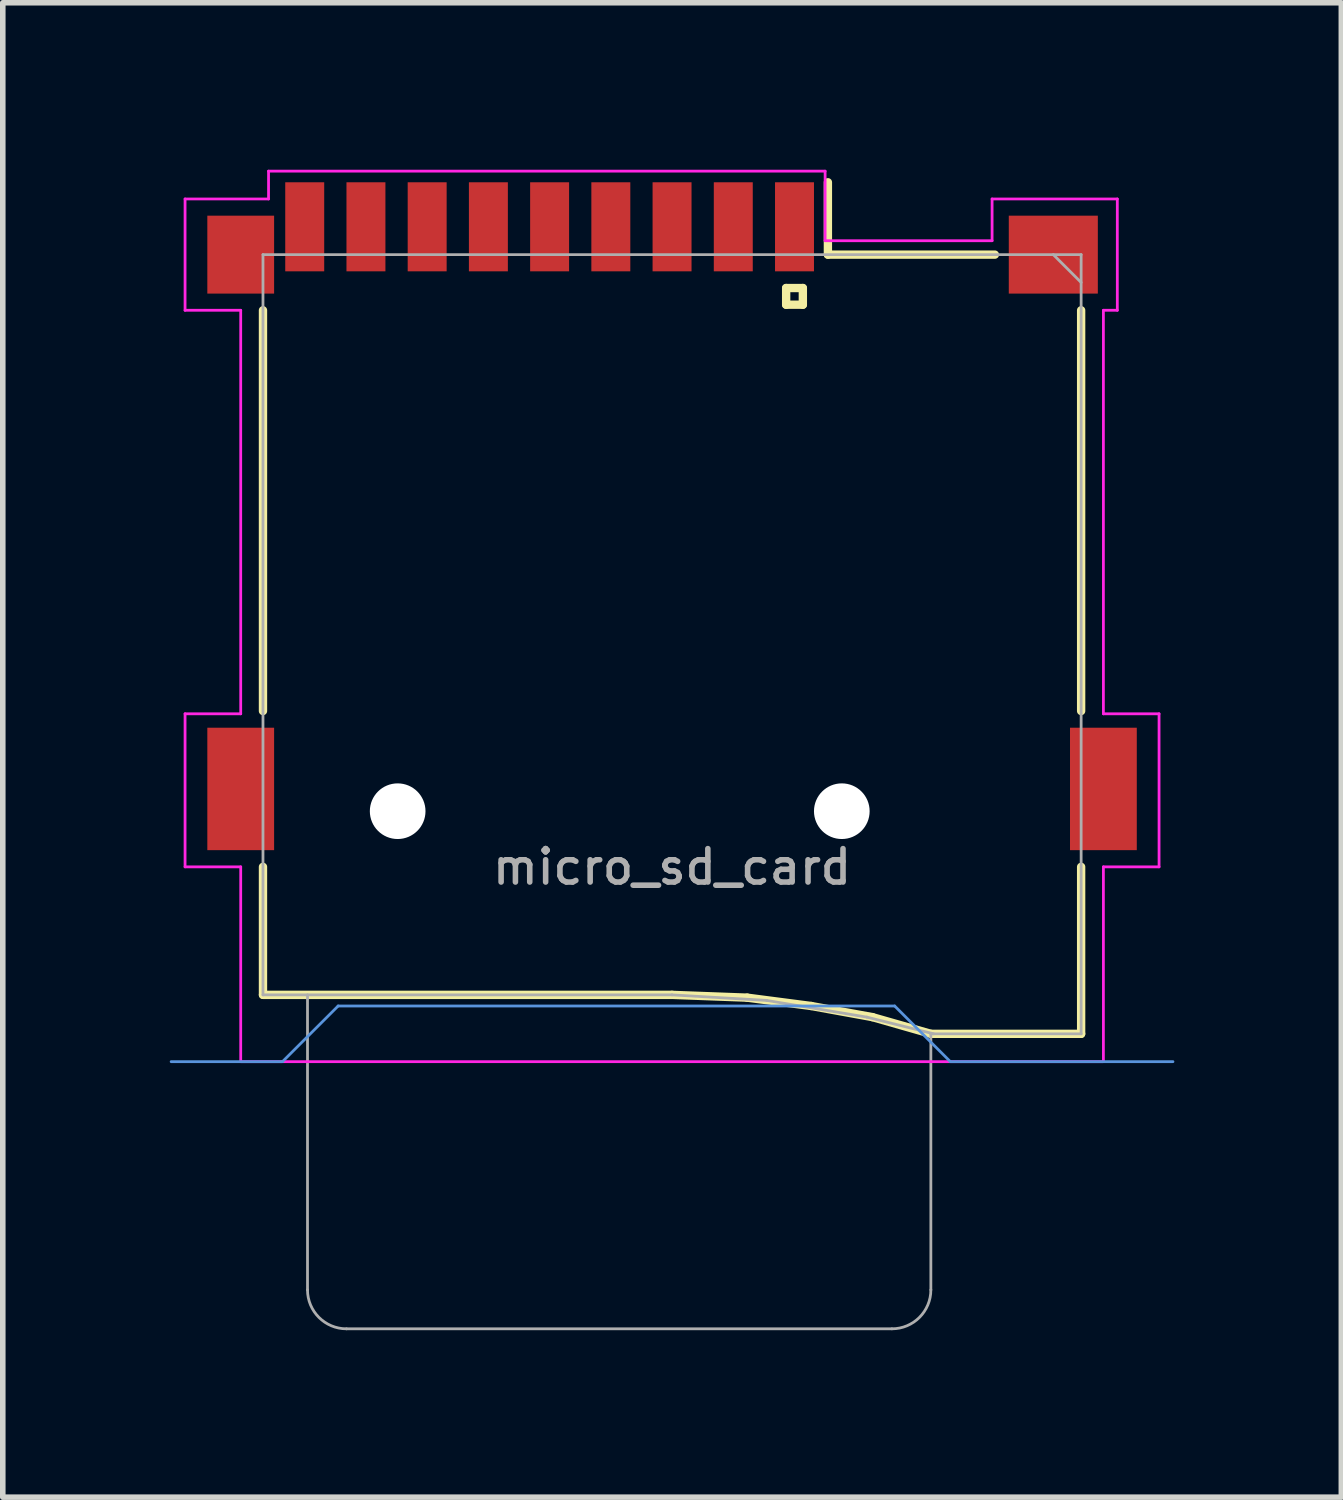
<source format=kicad_pcb>
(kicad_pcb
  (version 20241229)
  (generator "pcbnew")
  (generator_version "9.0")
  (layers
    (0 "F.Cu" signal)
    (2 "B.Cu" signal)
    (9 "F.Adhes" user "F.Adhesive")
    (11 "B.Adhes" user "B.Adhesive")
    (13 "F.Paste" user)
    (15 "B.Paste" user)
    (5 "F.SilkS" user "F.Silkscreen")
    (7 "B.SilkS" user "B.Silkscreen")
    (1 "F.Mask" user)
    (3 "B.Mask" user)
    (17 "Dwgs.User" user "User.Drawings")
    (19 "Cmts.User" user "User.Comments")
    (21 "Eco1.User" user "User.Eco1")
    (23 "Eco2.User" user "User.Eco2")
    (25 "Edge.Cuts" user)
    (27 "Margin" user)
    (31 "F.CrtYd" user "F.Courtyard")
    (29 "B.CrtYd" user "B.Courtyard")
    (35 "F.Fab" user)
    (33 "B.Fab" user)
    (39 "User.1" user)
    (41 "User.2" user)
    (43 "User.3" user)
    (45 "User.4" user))
  (footprint "micro_sd_card"
    (layer "F.Cu")
    (at 9.025 11.525)
    (property "Reference" "micro_sd_card" (at 0 1 180) (layer "F.Fab") (effects (font (size 0.6 0.6) (thickness 0.1))))
    (attr through_hole)
    (fp_line (start -7.35 -1.8) (end -7.35 -9) (stroke (width 0.15) (type solid)) (layer "F.SilkS"))
    (fp_line (start -7.35 1) (end -7.35 3.3) (stroke (width 0.15) (type solid)) (layer "F.SilkS"))
    (fp_line (start -7.35 3.3) (end 0 3.3) (stroke (width 0.15) (type solid)) (layer "F.SilkS"))
    (fp_line (start 0 3.3) (end 1.35 3.35) (stroke (width 0.15) (type solid)) (layer "F.SilkS"))
    (fp_line (start 1.35 3.35) (end 2.5 3.5) (stroke (width 0.15) (type solid)) (layer "F.SilkS"))
    (fp_line (start 2.05 -9.4) (end 2.05 -9.1) (stroke (width 0.15) (type solid)) (layer "F.SilkS"))
    (fp_line (start 2.05 -9.1) (end 2.35 -9.1) (stroke (width 0.15) (type solid)) (layer "F.SilkS"))
    (fp_line (start 2.35 -9.4) (end 2.05 -9.4) (stroke (width 0.15) (type solid)) (layer "F.SilkS"))
    (fp_line (start 2.35 -9.1) (end 2.35 -9.4) (stroke (width 0.15) (type solid)) (layer "F.SilkS"))
    (fp_line (start 2.5 3.5) (end 3.6 3.7) (stroke (width 0.15) (type solid)) (layer "F.SilkS"))
    (fp_line (start 2.8 -10) (end 2.8 -11.3) (stroke (width 0.15) (type solid)) (layer "F.SilkS"))
    (fp_line (start 2.8 -10) (end 5.8 -10) (stroke (width 0.15) (type solid)) (layer "F.SilkS"))
    (fp_line (start 3.6 3.7) (end 4.65 4) (stroke (width 0.15) (type solid)) (layer "F.SilkS"))
    (fp_line (start 4.65 4) (end 7.35 4) (stroke (width 0.15) (type solid)) (layer "F.SilkS"))
    (fp_line (start 7.35 -9) (end 7.35 -1.8) (stroke (width 0.15) (type solid)) (layer "F.SilkS"))
    (fp_line (start 7.35 4) (end 7.35 1) (stroke (width 0.15) (type solid)) (layer "F.SilkS"))
    (fp_line (start -9 4.5) (end -7 4.5) (stroke (width 0.05) (type solid)) (layer "Cmts.User"))
    (fp_line (start -7 4.5) (end -6 3.5) (stroke (width 0.05) (type solid)) (layer "Cmts.User"))
    (fp_line (start -6 3.5) (end 4 3.5) (stroke (width 0.05) (type solid)) (layer "Cmts.User"))
    (fp_line (start 4 3.5) (end 5 4.5) (stroke (width 0.05) (type solid)) (layer "Cmts.User"))
    (fp_line (start 5 4.5) (end 9 4.5) (stroke (width 0.05) (type solid)) (layer "Cmts.User"))
    (fp_line (start -8.75 -11) (end -7.25 -11) (stroke (width 0.05) (type solid)) (layer "F.CrtYd"))
    (fp_line (start -8.75 -9) (end -8.75 -11) (stroke (width 0.05) (type solid)) (layer "F.CrtYd"))
    (fp_line (start -8.75 -1.75) (end -7.75 -1.75) (stroke (width 0.05) (type solid)) (layer "F.CrtYd"))
    (fp_line (start -8.75 1) (end -8.75 -1.75) (stroke (width 0.05) (type solid)) (layer "F.CrtYd"))
    (fp_line (start -7.75 -9) (end -8.75 -9) (stroke (width 0.05) (type solid)) (layer "F.CrtYd"))
    (fp_line (start -7.75 -1.75) (end -7.75 -9) (stroke (width 0.05) (type solid)) (layer "F.CrtYd"))
    (fp_line (start -7.75 1) (end -8.75 1) (stroke (width 0.05) (type solid)) (layer "F.CrtYd"))
    (fp_line (start -7.75 4.5) (end -7.75 1) (stroke (width 0.05) (type solid)) (layer "F.CrtYd"))
    (fp_line (start -7.75 4.5) (end 7.75 4.5) (stroke (width 0.05) (type solid)) (layer "F.CrtYd"))
    (fp_line (start -7.25 -11.5) (end 2.75 -11.5) (stroke (width 0.05) (type solid)) (layer "F.CrtYd"))
    (fp_line (start -7.25 -11) (end -7.25 -11.5) (stroke (width 0.05) (type solid)) (layer "F.CrtYd"))
    (fp_line (start 2.75 -11.5) (end 2.75 -10.25) (stroke (width 0.05) (type solid)) (layer "F.CrtYd"))
    (fp_line (start 2.75 -10.25) (end 5.75 -10.25) (stroke (width 0.05) (type solid)) (layer "F.CrtYd"))
    (fp_line (start 5.75 -11) (end 8 -11) (stroke (width 0.05) (type solid)) (layer "F.CrtYd"))
    (fp_line (start 5.75 -10.25) (end 5.75 -11) (stroke (width 0.05) (type solid)) (layer "F.CrtYd"))
    (fp_line (start 7.75 -9) (end 7.75 -1.75) (stroke (width 0.05) (type solid)) (layer "F.CrtYd"))
    (fp_line (start 7.75 -1.75) (end 8.75 -1.75) (stroke (width 0.05) (type solid)) (layer "F.CrtYd"))
    (fp_line (start 7.75 1) (end 7.75 4.5) (stroke (width 0.05) (type solid)) (layer "F.CrtYd"))
    (fp_line (start 8 -11) (end 8 -9) (stroke (width 0.05) (type solid)) (layer "F.CrtYd"))
    (fp_line (start 8 -9) (end 7.75 -9) (stroke (width 0.05) (type solid)) (layer "F.CrtYd"))
    (fp_line (start 8.75 -1.75) (end 8.75 1) (stroke (width 0.05) (type solid)) (layer "F.CrtYd"))
    (fp_line (start 8.75 1) (end 7.75 1) (stroke (width 0.05) (type solid)) (layer "F.CrtYd"))
    (fp_line (start -7.35 -10) (end -7.35 3.3) (stroke (width 0.05) (type solid)) (layer "F.Fab"))
    (fp_line (start -7.35 -10) (end 7.35 -10) (stroke (width 0.05) (type solid)) (layer "F.Fab"))
    (fp_line (start -7.35 3.3) (end 0 3.3) (stroke (width 0.05) (type solid)) (layer "F.Fab"))
    (fp_line (start -6.55 8.6) (end -6.55 3.3) (stroke (width 0.05) (type solid)) (layer "F.Fab"))
    (fp_line (start -5.85 9.3) (end 3.95 9.3) (stroke (width 0.05) (type solid)) (layer "F.Fab"))
    (fp_line (start 0 3.3) (end 1.7 3.4) (stroke (width 0.05) (type solid)) (layer "F.Fab"))
    (fp_line (start 1.7 3.4) (end 3.5 3.7) (stroke (width 0.05) (type solid)) (layer "F.Fab"))
    (fp_line (start 3.5 3.7) (end 4.7 4) (stroke (width 0.05) (type solid)) (layer "F.Fab"))
    (fp_line (start 4.65 4) (end 7.35 4) (stroke (width 0.05) (type solid)) (layer "F.Fab"))
    (fp_line (start 4.65 8.6) (end 4.65 4) (stroke (width 0.05) (type solid)) (layer "F.Fab"))
    (fp_line (start 7.35 -10) (end 7.35 4) (stroke (width 0.05) (type solid)) (layer "F.Fab"))
    (fp_line (start 7.35 -9.5) (end 6.85 -10) (stroke (width 0.05) (type solid)) (layer "F.Fab"))
    (fp_arc (start -5.85 9.3) (mid -6.344975 9.094975) (end -6.55 8.6) (stroke (width 0.05) (type solid)) (layer "F.Fab"))
    (fp_arc (start 4.65 8.6) (mid 4.444975 9.094975) (end 3.95 9.3) (stroke (width 0.05) (type solid)) (layer "F.Fab"))
    (fp_text user "${REFERENCE}" (at 2.1 -9.35 180) (layer "Eco1.User") (effects (font (size 0.3 0.3) (thickness 0.03))))
    (pad "" np_thru_hole circle (at -4.93 0) (size 1 1) (drill 1) (layers "*.Cu"))
    (pad "" np_thru_hole circle (at 3.05 0) (size 1 1) (drill 1) (layers "*.Cu"))
    (pad "1" smd rect (at 2.2 -10.5) (size 0.7 1.6) (layers "F.Cu" "F.Mask" "F.Paste"))
    (pad "2" smd rect (at 1.1 -10.5) (size 0.7 1.6) (layers "F.Cu" "F.Mask" "F.Paste"))
    (pad "3" smd rect (at 0 -10.5) (size 0.7 1.6) (layers "F.Cu" "F.Mask" "F.Paste"))
    (pad "4" smd rect (at -1.1 -10.5) (size 0.7 1.6) (layers "F.Cu" "F.Mask" "F.Paste"))
    (pad "5" smd rect (at -2.2 -10.5) (size 0.7 1.6) (layers "F.Cu" "F.Mask" "F.Paste"))
    (pad "6" smd rect (at -7.75 -10) (size 1.2 1.4) (layers "F.Cu" "F.Mask" "F.Paste"))
    (pad "6" smd rect (at -7.75 -0.4) (size 1.2 2.2) (layers "F.Cu" "F.Mask" "F.Paste"))
    (pad "6" smd rect (at -3.3 -10.5) (size 0.7 1.6) (layers "F.Cu" "F.Mask" "F.Paste"))
    (pad "6" smd rect (at 6.85 -10) (size 1.6 1.4) (layers "F.Cu" "F.Mask" "F.Paste"))
    (pad "6" smd rect (at 7.75 -0.4) (size 1.2 2.2) (layers "F.Cu" "F.Mask" "F.Paste"))
    (pad "7" smd rect (at -4.4 -10.5) (size 0.7 1.6) (layers "F.Cu" "F.Mask" "F.Paste"))
    (pad "8" smd rect (at -5.5 -10.5) (size 0.7 1.6) (layers "F.Cu" "F.Mask" "F.Paste"))
    (pad "9" smd rect (at -6.6 -10.5) (size 0.7 1.6) (layers "F.Cu" "F.Mask" "F.Paste")))
  (gr_rect
    (start -3 -3)
    (end 21.05 23.85)
    (stroke (width 0.1) (type default))
    (fill no)
    (layer "Edge.Cuts")))
</source>
